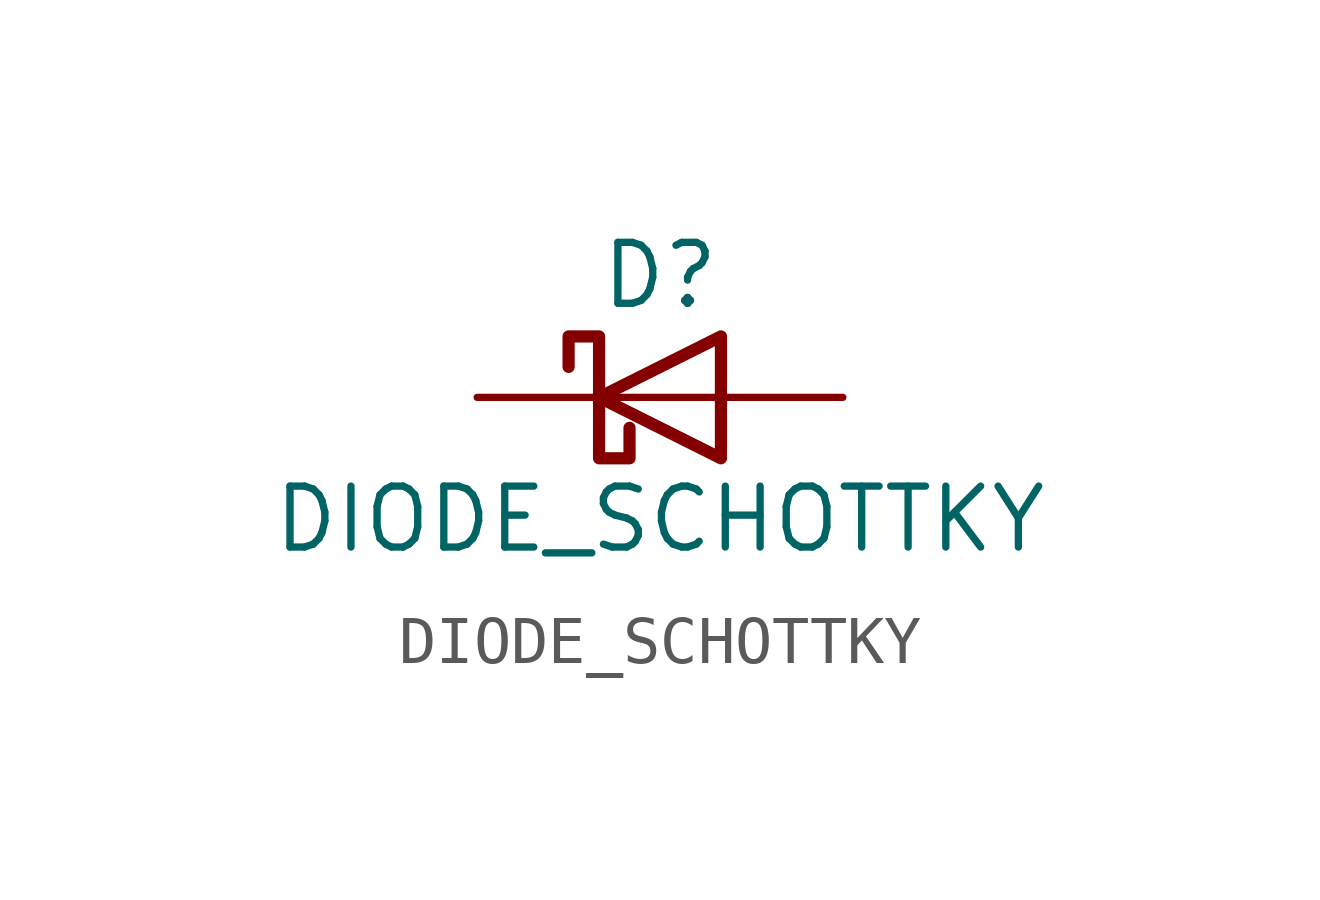
<source format=kicad_sym>
(kicad_symbol_lib
  (version 20241209)
  (generator "kicad_symbol_editor")
  (generator_version "9.0")
  (symbol "DIODE_SCHOTTKY"
    (pin_numbers
      (hide yes))
    (pin_names
      (offset 1.016)
      (hide yes))
    (property "Reference" "D"
      (at 0 2.54 0)
      (effects (font (size 1.27 1.27))))
    (property "Value" "DIODE_SCHOTTKY"
      (at 0 -2.54 0)
      (effects (font (size 1.27 1.27))))
    (symbol "DIODE_SCHOTTKY_0_1"
      (polyline (pts (xy -1.905 0.635) (xy -1.905 1.27) (xy -1.27 1.27) (xy -1.27 -1.27) (xy -0.635 -1.27) (xy -0.635 -0.635)) (stroke (width 0.254) (type default)) (fill (type none)))
      (polyline (pts (xy 1.27 1.27) (xy 1.27 -1.27) (xy -1.27 0) (xy 1.27 1.27)) (stroke (width 0.254) (type default)) (fill (type none)))
      (polyline (pts (xy 1.27 0) (xy -1.27 0)) (stroke (width 0) (type default)) (fill (type none))))
    (symbol "DIODE_SCHOTTKY_1_1"
      (pin passive line (at -3.81 0 0) (length 2.54) (name "K" (effects (font (size 1.27 1.27)))) (number "1" (effects (font (size 1.27 1.27)))))
      (pin passive line (at 3.81 0 180) (length 2.54) (name "A" (effects (font (size 1.27 1.27)))) (number "2" (effects (font (size 1.27 1.27))))))))
</source>
